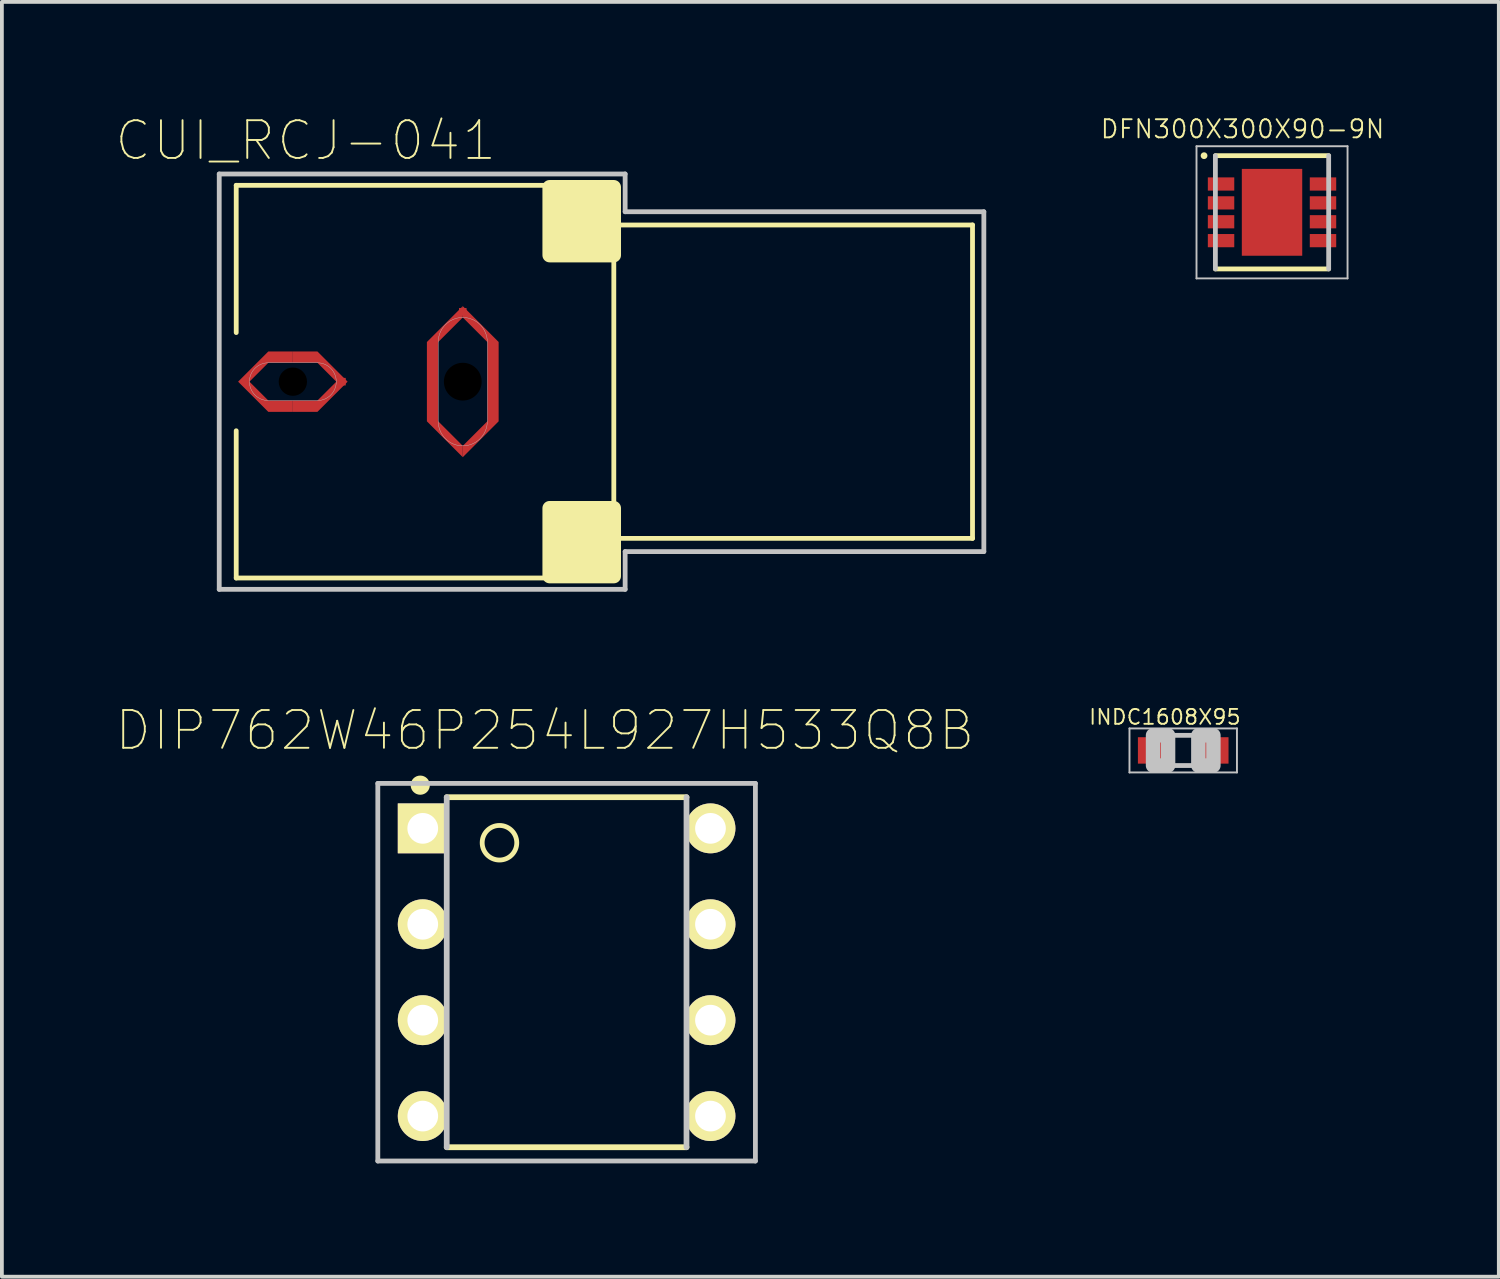
<source format=kicad_pcb>
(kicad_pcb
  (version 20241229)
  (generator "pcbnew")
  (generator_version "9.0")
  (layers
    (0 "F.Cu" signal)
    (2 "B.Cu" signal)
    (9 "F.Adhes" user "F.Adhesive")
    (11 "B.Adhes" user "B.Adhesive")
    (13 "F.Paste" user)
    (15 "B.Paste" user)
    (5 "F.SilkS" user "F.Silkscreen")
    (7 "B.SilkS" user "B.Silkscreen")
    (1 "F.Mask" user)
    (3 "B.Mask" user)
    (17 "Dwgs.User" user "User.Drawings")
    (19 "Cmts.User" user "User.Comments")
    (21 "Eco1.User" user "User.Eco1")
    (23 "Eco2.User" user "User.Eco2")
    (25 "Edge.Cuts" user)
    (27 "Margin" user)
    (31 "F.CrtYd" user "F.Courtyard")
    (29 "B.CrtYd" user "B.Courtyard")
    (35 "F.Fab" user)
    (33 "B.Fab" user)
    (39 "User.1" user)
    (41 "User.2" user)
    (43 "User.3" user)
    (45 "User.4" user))
  (footprint "DIP762W46P254L927H533Q8B"
    (layer "F.Cu")
    (at 11.956 22.698)
    (property "Reference" "DIP762W46P254L927H533Q8B" (at -0.576 -6.404 0) (layer "F.SilkS") (effects (font (size 1 1) (thickness 0.05))))
    (attr through_hole)
    (fp_line (start -3.175 -4.635) (end 3.175 -4.635) (stroke (width 0.152) (type solid)) (layer "F.SilkS"))
    (fp_line (start 3.175 4.635) (end -3.175 4.635) (stroke (width 0.152) (type solid)) (layer "F.SilkS"))
    (fp_circle (center -3.876 -4.954) (end -3.622 -4.954) (stroke (width 0) (type solid)) (fill yes) (layer "F.SilkS"))
    (fp_circle (center -1.778 -3.429) (end -1.32 -3.429) (stroke (width 0.127) (type solid)) (fill no) (layer "F.SilkS"))
    (fp_line (start -5 -5) (end 5 -5) (stroke (width 0.127) (type solid)) (layer "Dwgs.User"))
    (fp_line (start -5 5) (end -5 -5) (stroke (width 0.127) (type solid)) (layer "Dwgs.User"))
    (fp_line (start -3.175 -4.635) (end -3.175 4.635) (stroke (width 0.152) (type solid)) (layer "Dwgs.User"))
    (fp_line (start 3.175 4.635) (end 3.175 -4.635) (stroke (width 0.152) (type solid)) (layer "Dwgs.User"))
    (fp_line (start 5 -5) (end 5 5) (stroke (width 0.127) (type solid)) (layer "Dwgs.User"))
    (fp_line (start 5 5) (end -5 5) (stroke (width 0.127) (type solid)) (layer "Dwgs.User"))
    (pad "1" thru_hole rect (at -3.81 -3.81) (size 1.321 1.321) (drill 0.813) (layers "*.Cu" "*.Mask" "F.SilkS"))
    (pad "2" thru_hole circle (at -3.81 -1.27) (size 1.321 1.321) (drill 0.813) (layers "*.Cu" "*.Mask" "F.SilkS"))
    (pad "3" thru_hole circle (at -3.81 1.27) (size 1.321 1.321) (drill 0.813) (layers "*.Cu" "*.Mask" "F.SilkS"))
    (pad "4" thru_hole circle (at -3.81 3.81) (size 1.321 1.321) (drill 0.813) (layers "*.Cu" "*.Mask" "F.SilkS"))
    (pad "5" thru_hole circle (at 3.81 3.81) (size 1.321 1.321) (drill 0.813) (layers "*.Cu" "*.Mask" "F.SilkS"))
    (pad "6" thru_hole circle (at 3.81 1.27) (size 1.321 1.321) (drill 0.813) (layers "*.Cu" "*.Mask" "F.SilkS"))
    (pad "7" thru_hole circle (at 3.81 -1.27) (size 1.321 1.321) (drill 0.813) (layers "*.Cu" "*.Mask" "F.SilkS"))
    (pad "8" thru_hole circle (at 3.81 -3.81) (size 1.321 1.321) (drill 0.813) (layers "*.Cu" "*.Mask" "F.SilkS")))
  (footprint "DFN300X300X90-9N"
    (layer "F.Cu")
    (at 30.638 2.573)
    (property "Reference" "DFN300X300X90-9N" (at -0.781 -2.205 0) (layer "F.SilkS") (effects (font (size 0.48 0.48) (thickness 0.05))))
    (attr smd)
    (fp_poly (pts (xy -1.75 -0.975) (xy -0.95 -0.975) (xy -0.95 -0.525) (xy -1.75 -0.525)) (stroke (width 0.381) (type solid)) (fill yes) (layer "F.Mask"))
    (fp_poly (pts (xy -1.75 -0.475) (xy -0.95 -0.475) (xy -0.95 -0.025) (xy -1.75 -0.025)) (stroke (width 0.381) (type solid)) (fill yes) (layer "F.Mask"))
    (fp_poly (pts (xy -1.75 0.025) (xy -0.95 0.025) (xy -0.95 0.475) (xy -1.75 0.475)) (stroke (width 0.381) (type solid)) (fill yes) (layer "F.Mask"))
    (fp_poly (pts (xy -1.75 0.525) (xy -0.95 0.525) (xy -0.95 0.975) (xy -1.75 0.975)) (stroke (width 0.381) (type solid)) (fill yes) (layer "F.Mask"))
    (fp_poly (pts (xy 0.95 -0.975) (xy 1.75 -0.975) (xy 1.75 -0.525) (xy 0.95 -0.525)) (stroke (width 0.381) (type solid)) (fill yes) (layer "F.Mask"))
    (fp_poly (pts (xy 0.95 -0.475) (xy 1.75 -0.475) (xy 1.75 -0.025) (xy 0.95 -0.025)) (stroke (width 0.381) (type solid)) (fill yes) (layer "F.Mask"))
    (fp_poly (pts (xy 0.95 0.025) (xy 1.75 0.025) (xy 1.75 0.475) (xy 0.95 0.475)) (stroke (width 0.381) (type solid)) (fill yes) (layer "F.Mask"))
    (fp_poly (pts (xy 0.95 0.525) (xy 1.75 0.525) (xy 1.75 0.975) (xy 0.95 0.975)) (stroke (width 0.381) (type solid)) (fill yes) (layer "F.Mask"))
    (fp_line (start -1.5 -1.5) (end 1.5 -1.5) (stroke (width 0.127) (type solid)) (layer "F.SilkS"))
    (fp_line (start -1.5 1.5) (end 1.5 1.5) (stroke (width 0.127) (type solid)) (layer "F.SilkS"))
    (fp_circle (center -1.8 -1.5) (end -1.71 -1.5) (stroke (width 0) (type solid)) (fill yes) (layer "F.SilkS"))
    (fp_poly (pts (xy -0.5 -0.75) (xy 0.5 -0.75) (xy 0.5 0.75) (xy -0.5 0.75)) (stroke (width 0.381) (type solid)) (fill yes) (layer "F.Paste"))
    (fp_line (start -2 -1.75) (end -2 1.75) (stroke (width 0.05) (type solid)) (layer "Dwgs.User"))
    (fp_line (start -2 1.75) (end 2 1.75) (stroke (width 0.05) (type solid)) (layer "Dwgs.User"))
    (fp_line (start -1.5 1.5) (end -1.5 -1.5) (stroke (width 0.127) (type solid)) (layer "Dwgs.User"))
    (fp_line (start 1.5 -1.5) (end 1.5 1.5) (stroke (width 0.127) (type solid)) (layer "Dwgs.User"))
    (fp_line (start 2 -1.75) (end -2 -1.75) (stroke (width 0.05) (type solid)) (layer "Dwgs.User"))
    (fp_line (start 2 1.75) (end 2 -1.75) (stroke (width 0.05) (type solid)) (layer "Dwgs.User"))
    (pad "1" smd rect (at -1.35 -0.75) (size 0.7 0.35) (layers "F.Cu" "F.Mask" "F.Paste"))
    (pad "2" smd rect (at -1.35 -0.25) (size 0.7 0.35) (layers "F.Cu" "F.Mask" "F.Paste"))
    (pad "3" smd rect (at -1.35 0.25) (size 0.7 0.35) (layers "F.Cu" "F.Mask" "F.Paste"))
    (pad "4" smd rect (at -1.35 0.75) (size 0.7 0.35) (layers "F.Cu" "F.Mask" "F.Paste"))
    (pad "5" smd rect (at 1.35 0.75) (size 0.7 0.35) (layers "F.Cu" "F.Mask" "F.Paste"))
    (pad "6" smd rect (at 1.35 0.25) (size 0.7 0.35) (layers "F.Cu" "F.Mask" "F.Paste"))
    (pad "7" smd rect (at 1.35 -0.25) (size 0.7 0.35) (layers "F.Cu" "F.Mask" "F.Paste"))
    (pad "8" smd rect (at 1.35 -0.75) (size 0.7 0.35) (layers "F.Cu" "F.Mask" "F.Paste"))
    (pad "9" smd rect (at 0 0) (size 1.6 2.3) (layers "F.Cu" "F.Mask" "F.Paste")))
  (footprint "CUI_RCJ-041"
    (layer "F.Cu")
    (at 11.506 7.058)
    (property "Reference" "CUI_RCJ-041" (at -6.46 -6.385 0) (layer "F.SilkS") (effects (font (size 1 1) (thickness 0.05))))
    (attr smd)
    (fp_poly (pts (xy -6.8 -0.5) (xy -6.8 -0.8) (xy -6.15 -0.8) (xy -5.35 0) (xy -6.15 0.8) (xy -6.8 0.8) (xy -6.8 0.5) (xy -6.15 0.5) (xy -5.65 0) (xy -6.15 -0.5)) (stroke (width 0) (type solid)) (fill yes) (layer "F.Cu"))
    (fp_poly (pts (xy -6.8 0.5) (xy -6.8 0.8) (xy -7.45 0.8) (xy -8.25 0) (xy -7.45 -0.8) (xy -6.8 -0.8) (xy -6.8 -0.5) (xy -7.45 -0.5) (xy -7.95 0) (xy -7.45 0.5)) (stroke (width 0) (type solid)) (fill yes) (layer "F.Cu"))
    (fp_poly (pts (xy -2.3 -1.7) (xy -2.3 -2) (xy -1.35 -1.05) (xy -1.35 0) (xy -1.35 1.05) (xy -2.3 2) (xy -2.3 1.7) (xy -1.65 1.05) (xy -1.65 0) (xy -1.65 -1.05)) (stroke (width 0) (type solid)) (fill yes) (layer "F.Cu"))
    (fp_poly (pts (xy -2.3 1.7) (xy -2.3 2) (xy -3.25 1.05) (xy -3.25 0) (xy -3.25 -1.05) (xy -2.3 -2) (xy -2.3 -1.7) (xy -2.95 -1.05) (xy -2.95 0) (xy -2.95 1.05)) (stroke (width 0) (type solid)) (fill yes) (layer "F.Cu"))
    (fp_poly (pts (xy -8.35 -0.9) (xy -5.25 -0.9) (xy -5.25 0.9) (xy -8.35 0.9)) (stroke (width 0.381) (type solid)) (fill yes) (layer "F.Mask"))
    (fp_poly (pts (xy -3.35 -2.1) (xy -1.25 -2.1) (xy -1.25 2.1) (xy -3.35 2.1)) (stroke (width 0.381) (type solid)) (fill yes) (layer "F.Mask"))
    (fp_line (start -8.3 -5.2) (end 1.7 -5.2) (stroke (width 0.127) (type solid)) (layer "F.SilkS"))
    (fp_line (start -8.3 -1.3) (end -8.3 -5.2) (stroke (width 0.127) (type solid)) (layer "F.SilkS"))
    (fp_line (start -8.3 5.2) (end -8.3 1.3) (stroke (width 0.127) (type solid)) (layer "F.SilkS"))
    (fp_line (start 1.7 -5.2) (end 1.7 -4.15) (stroke (width 0.127) (type solid)) (layer "F.SilkS"))
    (fp_line (start 1.7 -4.15) (end 1.7 4.15) (stroke (width 0.127) (type solid)) (layer "F.SilkS"))
    (fp_line (start 1.7 -4.15) (end 11.2 -4.15) (stroke (width 0.127) (type solid)) (layer "F.SilkS"))
    (fp_line (start 1.7 4.15) (end 1.7 5.2) (stroke (width 0.127) (type solid)) (layer "F.SilkS"))
    (fp_line (start 1.7 4.15) (end 11.2 4.15) (stroke (width 0.127) (type solid)) (layer "F.SilkS"))
    (fp_line (start 1.7 5.2) (end -8.3 5.2) (stroke (width 0.127) (type solid)) (layer "F.SilkS"))
    (fp_line (start 11.2 -4.15) (end 11.2 4.15) (stroke (width 0.127) (type solid)) (layer "F.SilkS"))
    (fp_poly (pts (xy 0 -5.15) (xy 1.7 -5.15) (xy 1.7 -3.35) (xy 0 -3.35)) (stroke (width 0.381) (type solid)) (fill yes) (layer "F.SilkS"))
    (fp_poly (pts (xy 0 3.35) (xy 1.7 3.35) (xy 1.7 5.15) (xy 0 5.15)) (stroke (width 0.381) (type solid)) (fill yes) (layer "F.SilkS"))
    (fp_poly (pts (xy -8.25 -0.8) (xy -5.35 -0.8) (xy -5.35 0.8) (xy -8.25 0.8)) (stroke (width 0.381) (type solid)) (fill yes) (layer "F.Paste"))
    (fp_poly (pts (xy -3.25 -2) (xy -1.35 -2) (xy -1.35 2) (xy -3.25 2)) (stroke (width 0.381) (type solid)) (fill yes) (layer "F.Paste"))
    (fp_line (start -8.75 -5.5) (end 2 -5.5) (stroke (width 0.127) (type solid)) (layer "Dwgs.User"))
    (fp_line (start -8.75 5.5) (end -8.75 -5.5) (stroke (width 0.127) (type solid)) (layer "Dwgs.User"))
    (fp_line (start -7.45 0.5) (end -6.15 0.5) (stroke (width 0.01) (type solid)) (layer "Dwgs.User"))
    (fp_line (start -6.15 -0.5) (end -7.45 -0.5) (stroke (width 0.01) (type solid)) (layer "Dwgs.User"))
    (fp_line (start -2.95 -1.05) (end -2.95 1.05) (stroke (width 0.01) (type solid)) (layer "Dwgs.User"))
    (fp_line (start -1.65 1.05) (end -1.65 -1.05) (stroke (width 0.01) (type solid)) (layer "Dwgs.User"))
    (fp_line (start 2 -5.5) (end 2 -4.5) (stroke (width 0.127) (type solid)) (layer "Dwgs.User"))
    (fp_line (start 2 -4.5) (end 11.5 -4.5) (stroke (width 0.127) (type solid)) (layer "Dwgs.User"))
    (fp_line (start 2 4.5) (end 2 5.5) (stroke (width 0.127) (type solid)) (layer "Dwgs.User"))
    (fp_line (start 2 5.5) (end -8.75 5.5) (stroke (width 0.127) (type solid)) (layer "Dwgs.User"))
    (fp_line (start 11.5 -4.5) (end 11.5 4.5) (stroke (width 0.127) (type solid)) (layer "Dwgs.User"))
    (fp_line (start 11.5 4.5) (end 2 4.5) (stroke (width 0.127) (type solid)) (layer "Dwgs.User"))
    (fp_arc (start -7.95 0) (mid -7.803553 -0.353553) (end -7.45 -0.5) (stroke (width 0.01) (type solid)) (layer "Dwgs.User"))
    (fp_arc (start -7.45 0.5) (mid -7.803553 0.353553) (end -7.95 0) (stroke (width 0.01) (type solid)) (layer "Dwgs.User"))
    (fp_arc (start -6.15 -0.5) (mid -5.796447 -0.353553) (end -5.65 0) (stroke (width 0.01) (type solid)) (layer "Dwgs.User"))
    (fp_arc (start -5.65 0) (mid -5.796447 0.353553) (end -6.15 0.5) (stroke (width 0.01) (type solid)) (layer "Dwgs.User"))
    (fp_arc (start -2.95 -1.05) (mid -2.759619 -1.509619) (end -2.3 -1.7) (stroke (width 0.01) (type solid)) (layer "Dwgs.User"))
    (fp_arc (start -2.3 -1.7) (mid -1.840381 -1.509619) (end -1.65 -1.05) (stroke (width 0.01) (type solid)) (layer "Dwgs.User"))
    (fp_arc (start -2.3 1.7) (mid -2.759619 1.509619) (end -2.95 1.05) (stroke (width 0.01) (type solid)) (layer "Dwgs.User"))
    (fp_arc (start -1.65 1.05) (mid -1.840381 1.509619) (end -2.3 1.7) (stroke (width 0.01) (type solid)) (layer "Dwgs.User"))
    (pad "" np_thru_hole circle (at -6.8 0) (size 0.75 0.75) (drill 0.75) (layers))
    (pad "" np_thru_hole circle (at -2.3 0) (size 1 1) (drill 1) (layers))
    (pad "1" smd rect (at -2.3 -1.85) (size 0.2 0.2) (layers "F.Cu" "F.Mask" "F.Paste"))
    (pad "2" smd rect (at -5.5 0) (size 0.2 0.2) (layers "F.Cu" "F.Mask" "F.Paste")))
  (footprint "INDC1608X95"
    (layer "F.Cu")
    (at 28.286 16.824)
    (property "Reference" "INDC1608X95" (at -0.485 -0.885 0) (layer "F.SilkS") (effects (font (size 0.394 0.394) (thickness 0.05))))
    (attr smd)
    (fp_line (start -1.423 -0.583) (end 1.423 -0.583) (stroke (width 0.051) (type solid)) (layer "Dwgs.User"))
    (fp_line (start -1.423 0.583) (end -1.423 -0.583) (stroke (width 0.051) (type solid)) (layer "Dwgs.User"))
    (fp_line (start -0.8 -0.4) (end 0.8 -0.4) (stroke (width 0.127) (type solid)) (layer "Dwgs.User"))
    (fp_line (start -0.8 0.4) (end -0.8 -0.4) (stroke (width 0.127) (type solid)) (layer "Dwgs.User"))
    (fp_line (start 0.8 -0.4) (end 0.8 0.4) (stroke (width 0.127) (type solid)) (layer "Dwgs.User"))
    (fp_line (start 0.8 0.4) (end -0.8 0.4) (stroke (width 0.127) (type solid)) (layer "Dwgs.User"))
    (fp_line (start 1.423 -0.583) (end 1.423 0.583) (stroke (width 0.051) (type solid)) (layer "Dwgs.User"))
    (fp_line (start 1.423 0.583) (end -1.423 0.583) (stroke (width 0.051) (type solid)) (layer "Dwgs.User"))
    (fp_poly (pts (xy -0.8 -0.4) (xy -0.4 -0.4) (xy -0.4 0.4) (xy -0.8 0.4)) (stroke (width 0.381) (type solid)) (fill no) (layer "Dwgs.User"))
    (fp_poly (pts (xy 0.4 -0.4) (xy 0.8 -0.4) (xy 0.8 0.4) (xy 0.4 0.4)) (stroke (width 0.381) (type solid)) (fill no) (layer "Dwgs.User"))
    (pad "1" smd rect (at -0.775 0) (size 0.85 0.7) (layers "F.Cu" "F.Mask" "F.Paste"))
    (pad "2" smd rect (at 0.775 0) (size 0.85 0.7) (layers "F.Cu" "F.Mask" "F.Paste")))
  (gr_rect
    (start -3 -3)
    (end 36.644 30.762)
    (stroke (width 0.1) (type default))
    (fill no)
    (layer "Edge.Cuts")))
</source>
